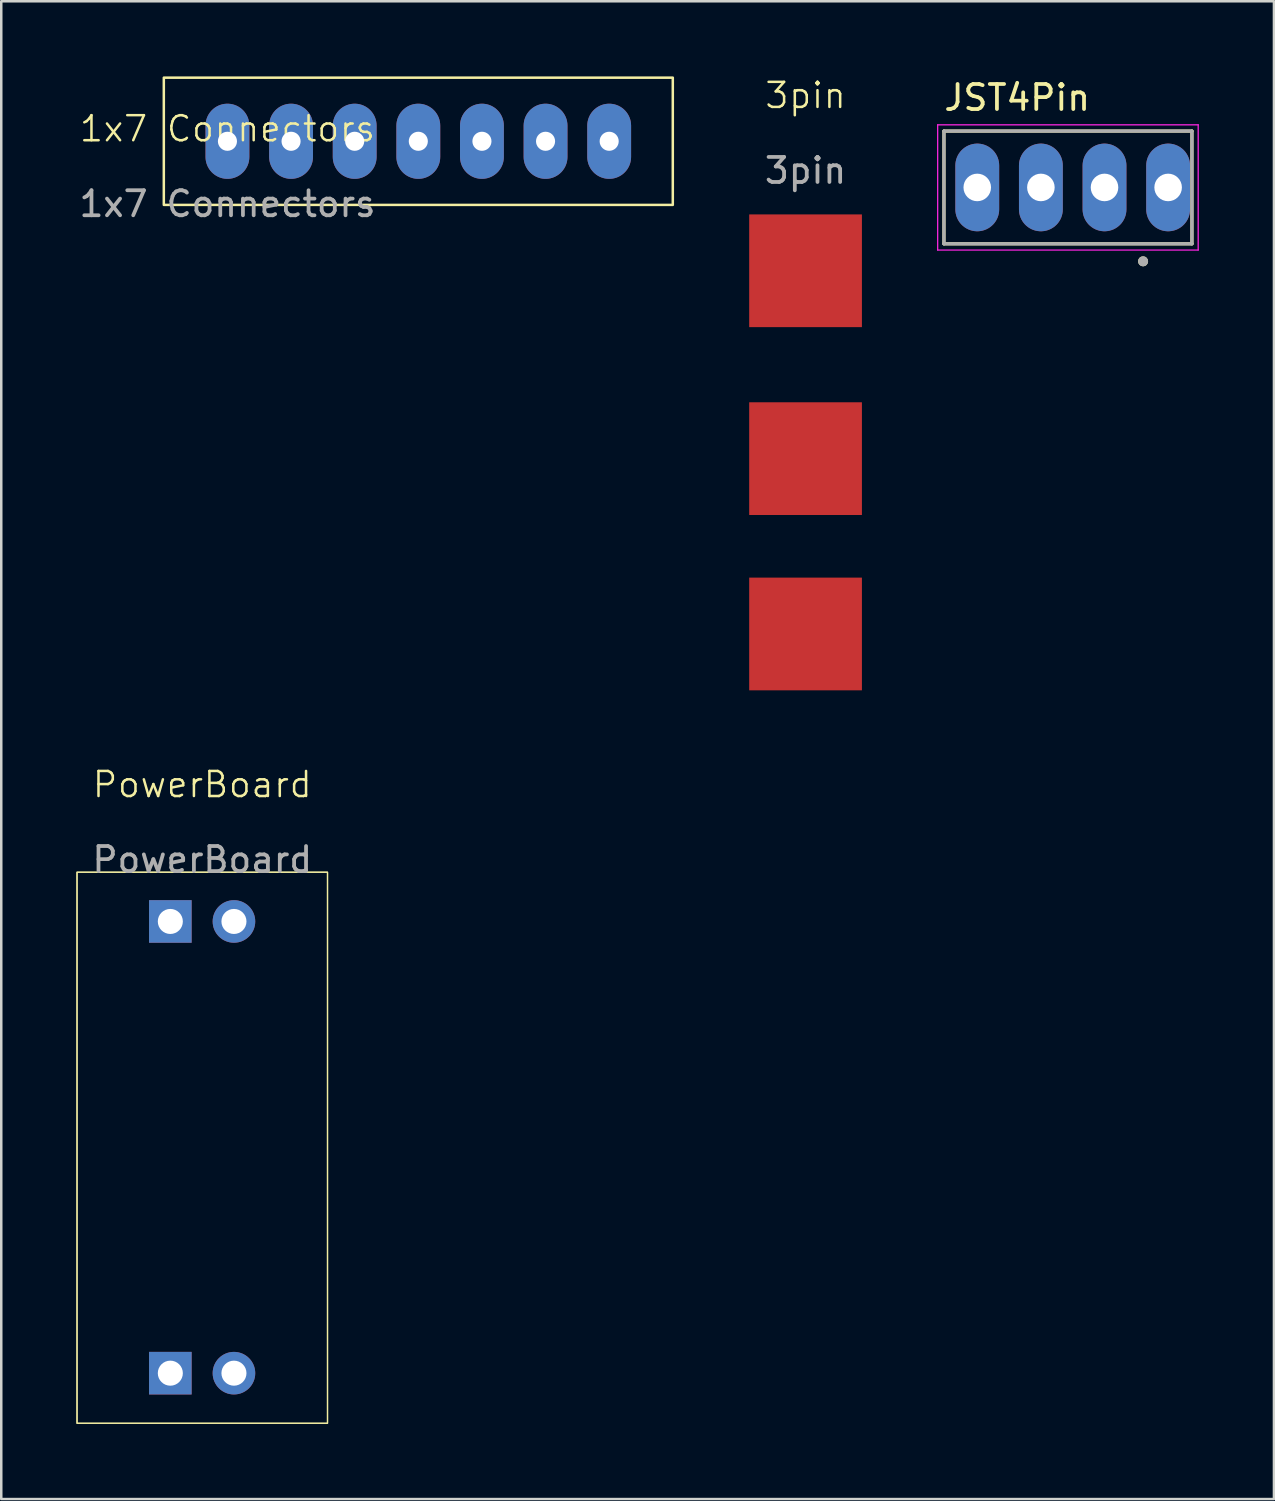
<source format=kicad_pcb>
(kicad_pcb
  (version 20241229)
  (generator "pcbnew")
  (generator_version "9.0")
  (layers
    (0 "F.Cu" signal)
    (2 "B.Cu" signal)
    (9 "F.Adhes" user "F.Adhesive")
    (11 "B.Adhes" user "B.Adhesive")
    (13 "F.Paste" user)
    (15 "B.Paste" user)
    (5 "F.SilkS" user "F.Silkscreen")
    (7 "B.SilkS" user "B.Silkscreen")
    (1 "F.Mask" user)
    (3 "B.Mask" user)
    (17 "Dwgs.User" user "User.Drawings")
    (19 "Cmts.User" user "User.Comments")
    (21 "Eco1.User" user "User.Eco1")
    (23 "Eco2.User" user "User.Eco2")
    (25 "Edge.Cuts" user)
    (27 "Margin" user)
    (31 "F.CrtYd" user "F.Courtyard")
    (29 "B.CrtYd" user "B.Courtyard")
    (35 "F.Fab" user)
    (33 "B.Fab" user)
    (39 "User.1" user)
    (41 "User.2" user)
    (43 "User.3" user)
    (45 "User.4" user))
  (footprint "1x7 Connectors"
    (layer "F.Cu")
    (at 6.03 2.59)
    (property "Reference" "1x7 Connectors" (at 0 -0.5 0) (unlocked yes) (layer "F.SilkS") (effects (font (size 1 1) (thickness 0.1))))
    (attr through_hole)
    (fp_rect (start -2.54 -2.54) (end 17.78 2.54) (stroke (width 0.1) (type default)) (fill no) (layer "F.SilkS"))
    (fp_text user "${REFERENCE}" (at 0 2.5 0) (unlocked yes) (layer "F.Fab") (effects (font (size 1 1) (thickness 0.15))))
    (pad "1" thru_hole oval (at 0 0) (size 1.75 3) (drill 0.762) (layers "*.Cu" "*.Mask"))
    (pad "2" thru_hole oval (at 2.54 0) (size 1.75 3) (drill 0.762) (layers "*.Cu" "*.Mask"))
    (pad "3" thru_hole oval (at 5.08 0) (size 1.75 3) (drill 0.762) (layers "*.Cu" "*.Mask"))
    (pad "4" thru_hole oval (at 7.62 0) (size 1.75 3) (drill 0.762) (layers "*.Cu" "*.Mask"))
    (pad "5" thru_hole oval (at 10.16 0) (size 1.75 3) (drill 0.762) (layers "*.Cu" "*.Mask"))
    (pad "6" thru_hole oval (at 12.7 0) (size 1.75 3) (drill 0.762) (layers "*.Cu" "*.Mask"))
    (pad "7" thru_hole oval (at 15.24 0) (size 1.75 3) (drill 0.762) (layers "*.Cu" "*.Mask")))
  (footprint "JST4Pin"
    (layer "F.Cu")
    (at 39.585 4.433)
    (property "Reference" "JST4Pin" (at -2.025 -3.585 0) (layer "F.SilkS") (effects (font (size 1 1) (thickness 0.15))))
    (attr through_hole)
    (fp_line (start -4.95 -2.25) (end 4.95 -2.25) (stroke (width 0.127) (type solid)) (layer "F.SilkS"))
    (fp_line (start -4.95 2.25) (end -4.95 -2.25) (stroke (width 0.127) (type solid)) (layer "F.SilkS"))
    (fp_line (start 4.95 -2.25) (end 4.95 2.25) (stroke (width 0.127) (type solid)) (layer "F.SilkS"))
    (fp_line (start 4.95 2.25) (end -4.95 2.25) (stroke (width 0.127) (type solid)) (layer "F.SilkS"))
    (fp_circle (center 3 2.95) (end 3.1 2.95) (stroke (width 0.2) (type solid)) (fill no) (layer "F.SilkS"))
    (fp_line (start -5.2 -2.5) (end 5.2 -2.5) (stroke (width 0.05) (type solid)) (layer "F.CrtYd"))
    (fp_line (start -5.2 2.5) (end -5.2 -2.5) (stroke (width 0.05) (type solid)) (layer "F.CrtYd"))
    (fp_line (start 5.2 -2.5) (end 5.2 2.5) (stroke (width 0.05) (type solid)) (layer "F.CrtYd"))
    (fp_line (start 5.2 2.5) (end -5.2 2.5) (stroke (width 0.05) (type solid)) (layer "F.CrtYd"))
    (fp_line (start -4.95 -2.25) (end 4.95 -2.25) (stroke (width 0.127) (type solid)) (layer "F.Fab"))
    (fp_line (start -4.95 2.25) (end -4.95 -2.25) (stroke (width 0.127) (type solid)) (layer "F.Fab"))
    (fp_line (start 4.95 -2.25) (end 4.95 2.25) (stroke (width 0.127) (type solid)) (layer "F.Fab"))
    (fp_line (start 4.95 2.25) (end -4.95 2.25) (stroke (width 0.127) (type solid)) (layer "F.Fab"))
    (fp_circle (center 3 2.95) (end 3.1 2.95) (stroke (width 0.2) (type solid)) (fill no) (layer "F.Fab"))
    (pad "1" thru_hole oval (at 4 0 180) (size 1.75 3.5) (drill 1.1) (layers "*.Cu" "*.Mask"))
    (pad "2" thru_hole oval (at 1.46 0 180) (size 1.75 3.5) (drill 1.1) (layers "*.Cu" "*.Mask"))
    (pad "3" thru_hole oval (at -1.08 0 180) (size 1.75 3.5) (drill 1.1) (layers "*.Cu" "*.Mask"))
    (pad "4" thru_hole oval (at -3.62 0 180) (size 1.75 3.5) (drill 1.1) (layers "*.Cu" "*.Mask")))
  (footprint "3pin"
    (layer "F.Cu")
    (at 29.11 1.26)
    (property "Reference" "3pin" (at 0 -0.5 0) (unlocked yes) (layer "F.SilkS") (effects (font (size 1 1) (thickness 0.1))))
    (attr smd)
    (fp_text user "${REFERENCE}" (at 0 2.5 0) (unlocked yes) (layer "F.Fab") (effects (font (size 1 1) (thickness 0.15))))
    (pad "1" smd rect (at 0 6.5) (size 4.5 4.5) (layers "F.Cu" "F.Mask" "F.Paste"))
    (pad "2" smd rect (at 0 14) (size 4.5 4.5) (layers "F.Cu" "F.Mask" "F.Paste"))
    (pad "3" smd rect (at 0 21) (size 4.5 4.5) (layers "F.Cu" "F.Mask" "F.Paste")))
  (footprint "PowerBoard"
    (layer "F.Cu")
    (at 5.025 28.771)
    (property "Reference" "PowerBoard" (at 0 -0.5 0) (unlocked yes) (layer "F.SilkS") (effects (font (size 1 1) (thickness 0.1))))
    (attr through_hole)
    (fp_rect (start -5 3) (end 5 25) (stroke (width 0.05) (type default)) (fill no) (layer "F.SilkS"))
    (fp_rect (start -5 3) (end 5 25) (stroke (width 0.05) (type default)) (fill no) (layer "F.SilkS"))
    (fp_text user "${REFERENCE}" (at 0 2.5 0) (unlocked yes) (layer "F.Fab") (effects (font (size 1 1) (thickness 0.15))))
    (pad "1" thru_hole rect (at -1.275 4.966 90) (size 1.7 1.7) (drill 1) (layers "*.Cu" "*.Mask"))
    (pad "2" thru_hole oval (at 1.265 4.966 90) (size 1.7 1.7) (drill 1) (layers "*.Cu" "*.Mask"))
    (pad "3" thru_hole rect (at -1.275 23 90) (size 1.7 1.7) (drill 1) (layers "*.Cu" "*.Mask"))
    (pad "4" thru_hole oval (at 1.265 23 90) (size 1.7 1.7) (drill 1) (layers "*.Cu" "*.Mask")))
  (gr_rect
    (start -3 -3)
    (end 47.81 56.796)
    (stroke (width 0.1) (type default))
    (fill no)
    (layer "Edge.Cuts")))
</source>
